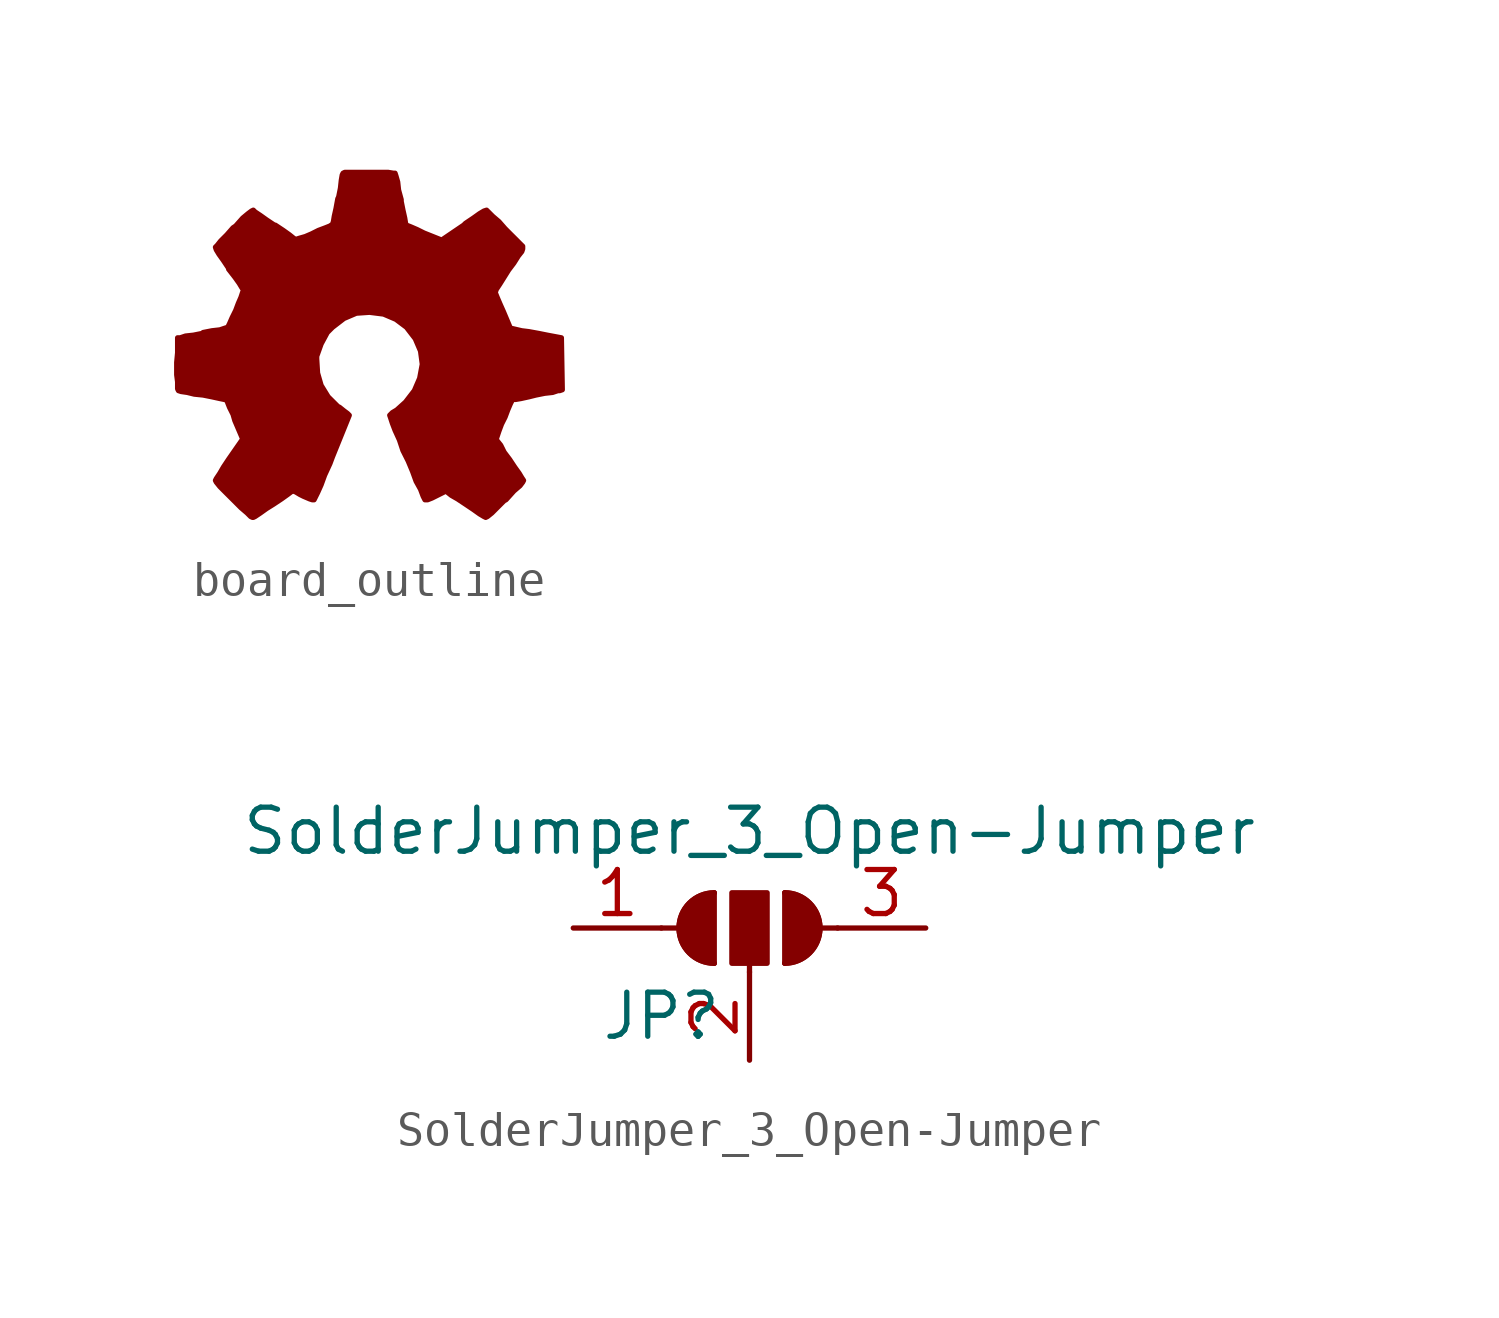
<source format=kicad_sym>
(kicad_symbol_lib
  (version 20231120)
  (generator "kicad_symbol_editor")
  (generator_version "8.0")
  (symbol "board_outline"
    (pin_numbers hide)
    (pin_names hide)
    (property "Reference" "OUTLINE"
      (at 0 6.985 0)
      (effects (font (size 1.27 1.27)) (hide yes)))
    (symbol "board_outline_0_1"
      (polyline (pts (xy 3.353 -4.343) (xy 3.302 -4.318) (xy 3.175 -4.242) (xy 2.997 -4.115) (xy 2.769 -3.962) (xy 2.54 -3.81) (xy 2.362 -3.708) (xy 2.235 -3.607) (xy 2.184 -3.581) (xy 2.159 -3.607) (xy 2.057 -3.658) (xy 1.905 -3.734) (xy 1.803 -3.785) (xy 1.676 -3.835) (xy 1.6 -3.835) (xy 1.6 -3.835) (xy 1.549 -3.734) (xy 1.473 -3.531) (xy 1.346 -3.302) (xy 1.245 -3.023) (xy 1.118 -2.718) (xy 0.965 -2.413) (xy 0.864 -2.108) (xy 0.737 -1.829) (xy 0.66 -1.626) (xy 0.61 -1.473) (xy 0.584 -1.397) (xy 0.584 -1.397) (xy 0.66 -1.321) (xy 0.787 -1.245) (xy 1.041 -1.016) (xy 1.295 -0.686) (xy 1.448 -0.33) (xy 1.524 0.076) (xy 1.473 0.457) (xy 1.321 0.813) (xy 1.067 1.143) (xy 0.762 1.372) (xy 0.406 1.524) (xy 0 1.575) (xy -0.381 1.549) (xy -0.737 1.397) (xy -1.067 1.143) (xy -1.219 0.991) (xy -1.397 0.66) (xy -1.524 0.305) (xy -1.524 0.229) (xy -1.499 -0.178) (xy -1.397 -0.533) (xy -1.194 -0.864) (xy -0.914 -1.143) (xy -0.864 -1.168) (xy -0.737 -1.27) (xy -0.635 -1.346) (xy -0.584 -1.397) (xy -1.067 -2.591) (xy -1.143 -2.794) (xy -1.295 -3.124) (xy -1.397 -3.404) (xy -1.499 -3.632) (xy -1.575 -3.785) (xy -1.6 -3.835) (xy -1.6 -3.835) (xy -1.651 -3.835) (xy -1.727 -3.81) (xy -1.905 -3.734) (xy -2.007 -3.683) (xy -2.134 -3.607) (xy -2.21 -3.581) (xy -2.261 -3.607) (xy -2.362 -3.683) (xy -2.54 -3.81) (xy -2.769 -3.962) (xy -2.972 -4.089) (xy -3.15 -4.216) (xy -3.302 -4.318) (xy -3.353 -4.343) (xy -3.378 -4.343) (xy -3.429 -4.318) (xy -3.531 -4.216) (xy -3.708 -4.064) (xy -3.937 -3.835) (xy -3.962 -3.81) (xy -4.166 -3.607) (xy -4.318 -3.454) (xy -4.42 -3.327) (xy -4.445 -3.277) (xy -4.445 -3.277) (xy -4.42 -3.226) (xy -4.318 -3.073) (xy -4.216 -2.896) (xy -4.064 -2.667) (xy -3.658 -2.083) (xy -3.886 -1.549) (xy -3.937 -1.372) (xy -4.039 -1.168) (xy -4.089 -1.041) (xy -4.115 -0.965) (xy -4.191 -0.94) (xy -4.318 -0.914) (xy -4.547 -0.864) (xy -4.801 -0.813) (xy -5.055 -0.787) (xy -5.258 -0.737) (xy -5.436 -0.711) (xy -5.512 -0.686) (xy -5.512 -0.686) (xy -5.537 -0.635) (xy -5.537 -0.559) (xy -5.537 -0.432) (xy -5.563 -0.229) (xy -5.563 0.076) (xy -5.563 0.127) (xy -5.537 0.406) (xy -5.537 0.635) (xy -5.537 0.762) (xy -5.537 0.838) (xy -5.537 0.838) (xy -5.461 0.838) (xy -5.309 0.889) (xy -5.08 0.914) (xy -4.826 0.965) (xy -4.801 0.991) (xy -4.547 1.041) (xy -4.318 1.067) (xy -4.166 1.118) (xy -4.089 1.143) (xy -4.089 1.143) (xy -4.039 1.245) (xy -3.962 1.422) (xy -3.861 1.626) (xy -3.785 1.829) (xy -3.708 2.007) (xy -3.658 2.159) (xy -3.632 2.21) (xy -3.632 2.21) (xy -3.683 2.286) (xy -3.759 2.413) (xy -3.886 2.591) (xy -4.064 2.819) (xy -4.064 2.845) (xy -4.216 3.073) (xy -4.343 3.251) (xy -4.42 3.378) (xy -4.445 3.454) (xy -4.445 3.454) (xy -4.394 3.505) (xy -4.293 3.632) (xy -4.115 3.81) (xy -3.937 4.013) (xy -3.861 4.064) (xy -3.658 4.293) (xy -3.505 4.42) (xy -3.404 4.496) (xy -3.353 4.521) (xy -3.353 4.521) (xy -3.302 4.47) (xy -3.15 4.369) (xy -2.972 4.242) (xy -2.743 4.089) (xy -2.718 4.089) (xy -2.489 3.937) (xy -2.311 3.81) (xy -2.184 3.708) (xy -2.134 3.683) (xy -2.108 3.683) (xy -2.032 3.708) (xy -1.854 3.759) (xy -1.676 3.835) (xy -1.473 3.937) (xy -1.27 4.013) (xy -1.143 4.064) (xy -1.067 4.115) (xy -1.067 4.115) (xy -1.041 4.191) (xy -1.016 4.343) (xy -0.965 4.572) (xy -0.914 4.851) (xy -0.889 4.902) (xy -0.838 5.156) (xy -0.813 5.385) (xy -0.787 5.537) (xy -0.762 5.588) (xy -0.711 5.613) (xy -0.584 5.613) (xy -0.406 5.613) (xy -0.152 5.613) (xy 0.076 5.613) (xy 0.33 5.613) (xy 0.533 5.613) (xy 0.686 5.588) (xy 0.737 5.588) (xy 0.737 5.588) (xy 0.762 5.512) (xy 0.813 5.334) (xy 0.838 5.105) (xy 0.914 4.826) (xy 0.914 4.775) (xy 0.965 4.521) (xy 1.016 4.293) (xy 1.041 4.14) (xy 1.067 4.089) (xy 1.067 4.089) (xy 1.194 4.039) (xy 1.372 3.962) (xy 1.575 3.861) (xy 2.083 3.658) (xy 2.718 4.089) (xy 2.769 4.14) (xy 2.997 4.293) (xy 3.175 4.42) (xy 3.302 4.496) (xy 3.378 4.521) (xy 3.378 4.521) (xy 3.429 4.47) (xy 3.556 4.343) (xy 3.734 4.191) (xy 3.912 3.988) (xy 4.064 3.835) (xy 4.242 3.658) (xy 4.343 3.556) (xy 4.42 3.48) (xy 4.42 3.429) (xy 4.42 3.404) (xy 4.394 3.327) (xy 4.293 3.2) (xy 4.166 2.997) (xy 4.013 2.794) (xy 3.886 2.591) (xy 3.759 2.388) (xy 3.658 2.235) (xy 3.632 2.159) (xy 3.632 2.134) (xy 3.683 2.007) (xy 3.759 1.829) (xy 3.861 1.6) (xy 4.064 1.118) (xy 4.394 1.041) (xy 4.597 1.016) (xy 4.877 0.965) (xy 5.131 0.914) (xy 5.537 0.838) (xy 5.563 -0.66) (xy 5.486 -0.686) (xy 5.436 -0.686) (xy 5.283 -0.737) (xy 5.055 -0.762) (xy 4.801 -0.813) (xy 4.597 -0.864) (xy 4.369 -0.914) (xy 4.216 -0.94) (xy 4.14 -0.94) (xy 4.115 -0.965) (xy 4.064 -1.067) (xy 3.988 -1.245) (xy 3.912 -1.448) (xy 3.81 -1.651) (xy 3.734 -1.854) (xy 3.683 -2.007) (xy 3.658 -2.083) (xy 3.683 -2.134) (xy 3.785 -2.261) (xy 3.886 -2.464) (xy 4.039 -2.667) (xy 4.191 -2.896) (xy 4.318 -3.073) (xy 4.394 -3.2) (xy 4.445 -3.277) (xy 4.42 -3.327) (xy 4.343 -3.429) (xy 4.166 -3.581) (xy 3.937 -3.835) (xy 3.886 -3.861) (xy 3.683 -4.064) (xy 3.531 -4.216) (xy 3.404 -4.318) (xy 3.353 -4.343)) (stroke (width 0) (type default)) (fill (type outline)))))
  (symbol "SolderJumper_3_Open-Jumper"
    (pin_names
      (offset 0) hide)
    (property "Reference" "JP"
      (at -2.54 -2.54 0)
      (effects (font (size 1.27 1.27))))
    (property "Value" "SolderJumper_3_Open-Jumper"
      (at 0 2.794 0)
      (effects (font (size 1.27 1.27))))
    (symbol "SolderJumper_3_Open-Jumper_0_1"
      (arc (start -1.016 1.016) (mid -2.0275 0) (end -1.016 -1.016) (stroke (width 0) (type default)) (fill (type none)))
      (arc (start -1.016 1.016) (mid -2.0275 0) (end -1.016 -1.016) (stroke (width 0) (type default)) (fill (type outline)))
      (rectangle (start -0.508 1.016) (end 0.508 -1.016) (stroke (width 0) (type default)) (fill (type outline)))
      (polyline (pts (xy -2.54 0) (xy -2.032 0)) (stroke (width 0) (type default)) (fill (type none)))
      (polyline (pts (xy -1.016 1.016) (xy -1.016 -1.016)) (stroke (width 0) (type default)) (fill (type none)))
      (polyline (pts (xy 0 -1.27) (xy 0 -1.016)) (stroke (width 0) (type default)) (fill (type none)))
      (polyline (pts (xy 1.016 1.016) (xy 1.016 -1.016)) (stroke (width 0) (type default)) (fill (type none)))
      (polyline (pts (xy 2.54 0) (xy 2.032 0)) (stroke (width 0) (type default)) (fill (type none)))
      (arc (start 1.016 -1.016) (mid 2.0275 0) (end 1.016 1.016) (stroke (width 0) (type default)) (fill (type none)))
      (arc (start 1.016 -1.016) (mid 2.0275 0) (end 1.016 1.016) (stroke (width 0) (type default)) (fill (type outline))))
    (symbol "SolderJumper_3_Open-Jumper_1_1"
      (pin passive line (at -5.08 0 0) (length 2.54) (name "A" (effects (font (size 1.27 1.27)))) (number "1" (effects (font (size 1.27 1.27)))))
      (pin input line (at 0 -3.81 90) (length 2.54) (name "C" (effects (font (size 1.27 1.27)))) (number "2" (effects (font (size 1.27 1.27)))))
      (pin passive line (at 5.08 0 180) (length 2.54) (name "B" (effects (font (size 1.27 1.27)))) (number "3" (effects (font (size 1.27 1.27))))))))
</source>
